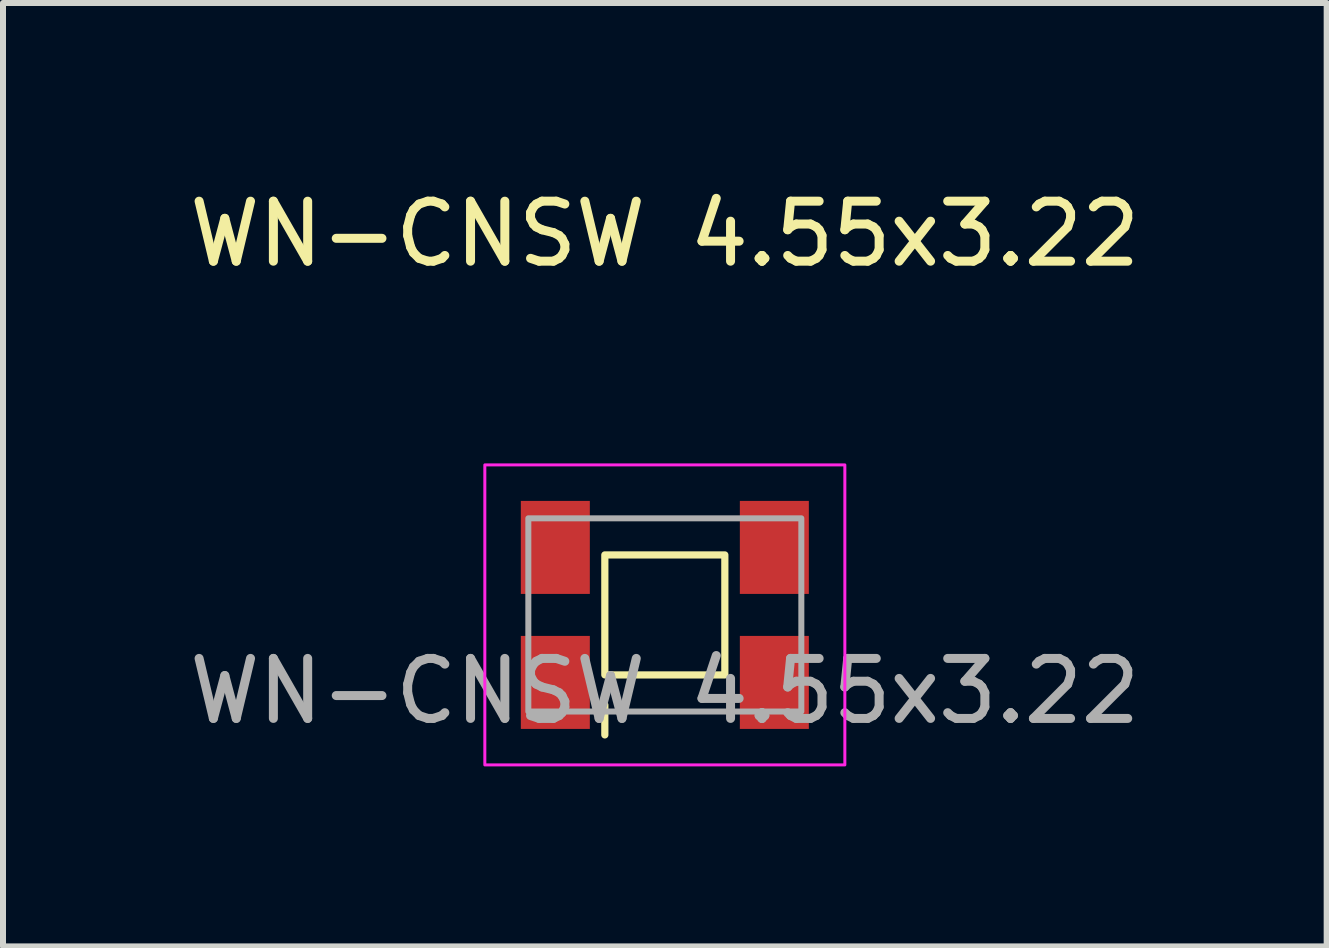
<source format=kicad_pcb>
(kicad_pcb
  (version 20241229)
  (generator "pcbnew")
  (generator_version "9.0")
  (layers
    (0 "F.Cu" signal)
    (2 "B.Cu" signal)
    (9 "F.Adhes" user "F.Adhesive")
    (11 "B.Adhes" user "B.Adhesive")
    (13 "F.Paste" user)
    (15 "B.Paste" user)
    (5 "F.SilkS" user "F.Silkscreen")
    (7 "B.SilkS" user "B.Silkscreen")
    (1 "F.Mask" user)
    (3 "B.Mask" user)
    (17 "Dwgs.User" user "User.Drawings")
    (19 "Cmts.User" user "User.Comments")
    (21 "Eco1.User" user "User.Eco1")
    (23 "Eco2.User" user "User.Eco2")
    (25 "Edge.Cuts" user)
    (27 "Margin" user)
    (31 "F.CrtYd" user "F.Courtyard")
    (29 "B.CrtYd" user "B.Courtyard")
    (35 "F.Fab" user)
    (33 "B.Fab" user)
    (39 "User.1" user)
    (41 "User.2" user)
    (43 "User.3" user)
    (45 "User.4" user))
  (footprint "WN-CNSW 4.55x3.22"
    (layer "F.Cu")
    (at 8.03 7.198)
    (property "Reference" "WN-CNSW 4.55x3.22" (at 0 -6.35 0) (unlocked yes) (layer "F.SilkS") (effects (font (size 1 1) (thickness 0.15))))
    (attr smd)
    (fp_line (start -1 1.5) (end -1 2) (stroke (width 0.12) (type solid)) (layer "F.SilkS"))
    (fp_rect (start -1 -1) (end 1 1) (stroke (width 0.12) (type solid)) (fill no) (layer "F.SilkS"))
    (fp_rect (start -3 2.5) (end 3 -2.5) (stroke (width 0.05) (type solid)) (fill no) (layer "F.CrtYd"))
    (fp_rect (start -2.275 1.61) (end 2.275 -1.61) (stroke (width 0.1) (type solid)) (fill no) (layer "F.Fab"))
    (fp_text user "${REFERENCE}" (at 0 1.27 0) (unlocked yes) (layer "F.Fab") (effects (font (size 1 1) (thickness 0.15))))
    (pad "1" smd rect (at -1.825 1.125) (size 1.15 1.55) (layers "F.Cu" "F.Mask" "F.Paste"))
    (pad "2" smd rect (at 1.825 1.125) (size 1.15 1.55) (layers "F.Cu" "F.Mask" "F.Paste"))
    (pad "3" smd rect (at 1.825 -1.125) (size 1.15 1.55) (layers "F.Cu" "F.Mask" "F.Paste"))
    (pad "4" smd rect (at -1.825 -1.125) (size 1.15 1.55) (layers "F.Cu" "F.Mask" "F.Paste")))
  (gr_rect
    (start -3 -3)
    (end 19.06 12.723)
    (stroke (width 0.1) (type default))
    (fill no)
    (layer "Edge.Cuts")))
</source>
